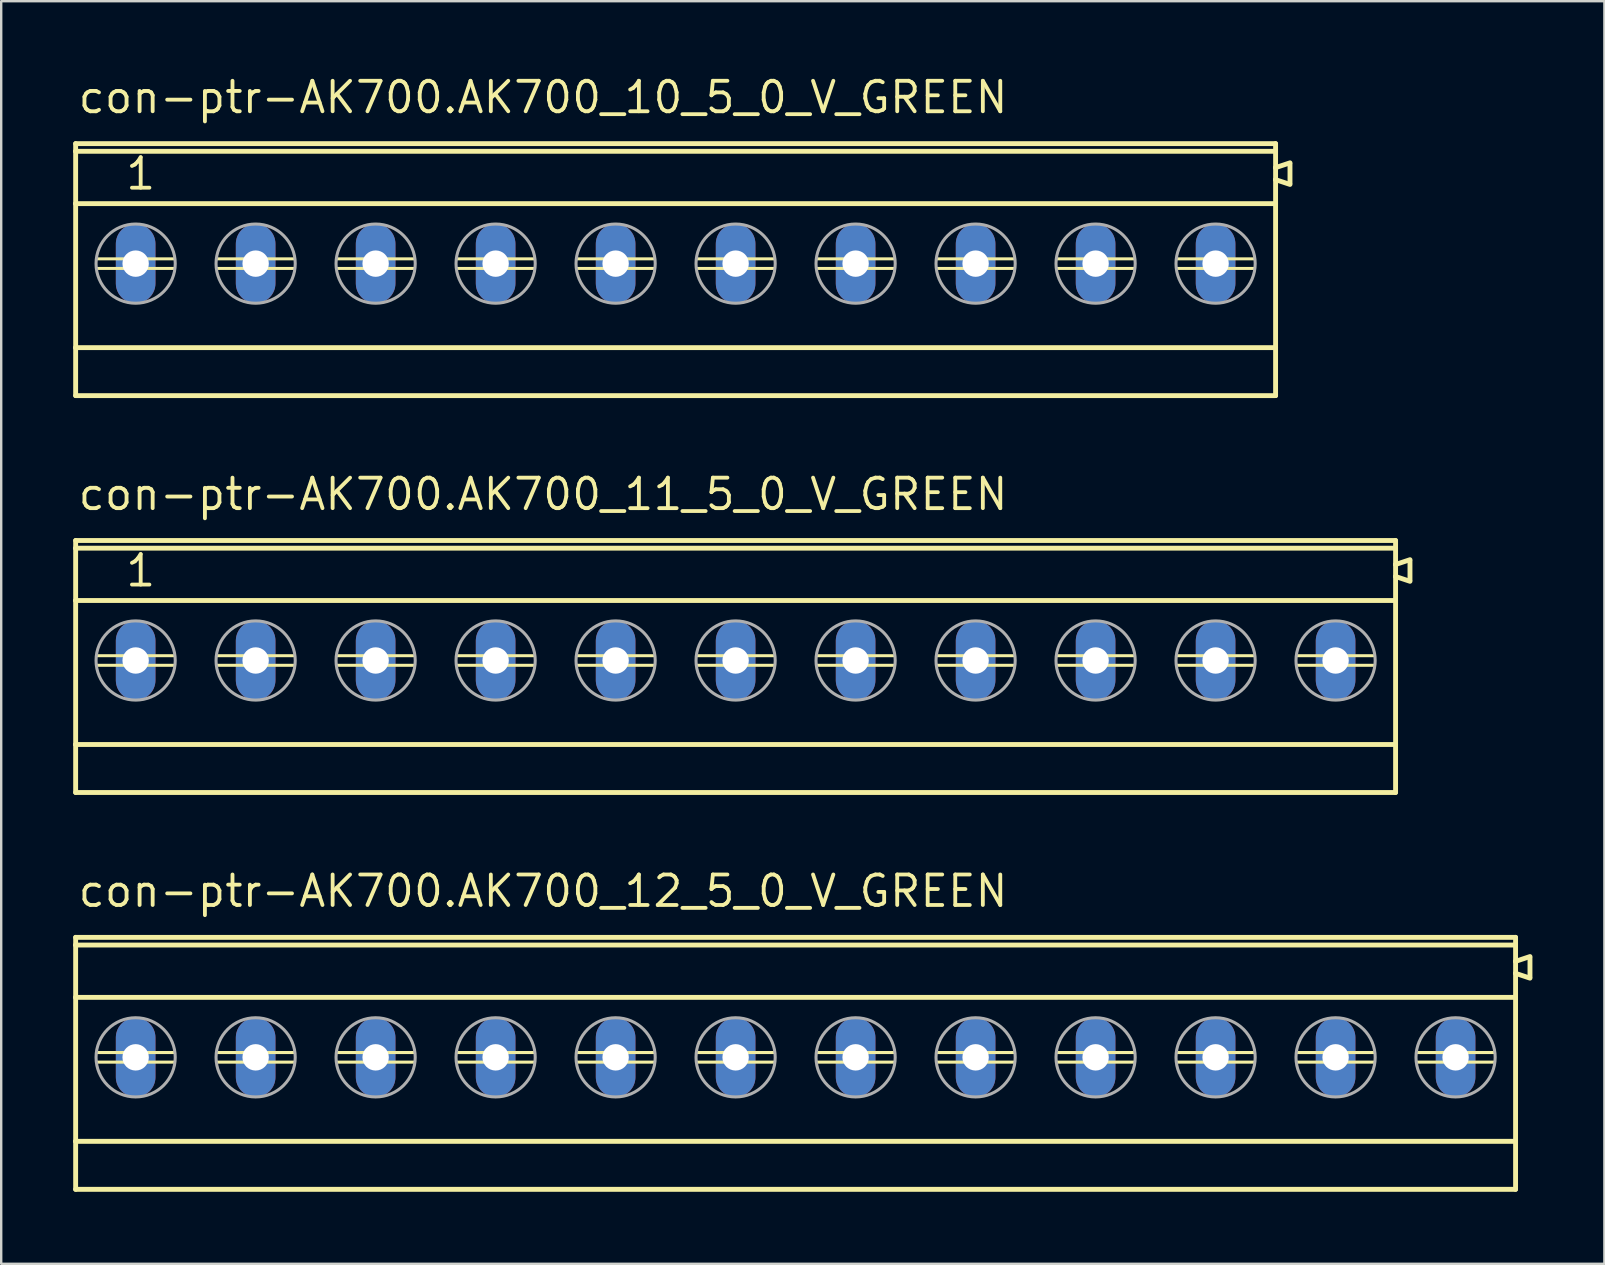
<source format=kicad_pcb>
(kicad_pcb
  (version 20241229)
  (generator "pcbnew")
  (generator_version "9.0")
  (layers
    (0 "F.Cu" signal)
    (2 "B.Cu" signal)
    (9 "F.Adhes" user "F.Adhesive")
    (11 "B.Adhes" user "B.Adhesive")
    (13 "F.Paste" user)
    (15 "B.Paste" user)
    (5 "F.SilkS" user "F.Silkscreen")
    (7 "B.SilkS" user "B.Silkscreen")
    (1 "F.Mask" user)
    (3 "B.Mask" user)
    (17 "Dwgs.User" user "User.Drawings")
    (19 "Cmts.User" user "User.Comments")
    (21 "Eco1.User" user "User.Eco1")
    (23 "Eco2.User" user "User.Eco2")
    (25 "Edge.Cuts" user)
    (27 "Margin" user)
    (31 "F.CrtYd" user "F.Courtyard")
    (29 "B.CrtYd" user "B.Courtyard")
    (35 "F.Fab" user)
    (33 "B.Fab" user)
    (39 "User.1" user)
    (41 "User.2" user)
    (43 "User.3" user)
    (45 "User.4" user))
  (footprint "con-ptr-AK700.AK700_12_5_0_V_GREEN"
    (layer "F.Cu")
    (at 30.102 41.008)
    (property "Reference" "con-ptr-AK700.AK700_12_5_0_V_GREEN" (at -29.98 -6.185 0) (layer "F.SilkS") (effects (font (size 1.27 1.27) (thickness 0.16)) (justify left bottom)))
    (attr through_hole)
    (fp_line (start -30 -5) (end -30 -4.68) (stroke (width 0.203) (type default)) (layer "F.SilkS"))
    (fp_line (start -30 -4.68) (end -30 -2.5) (stroke (width 0.203) (type default)) (layer "F.SilkS"))
    (fp_line (start -30 -2.5) (end -30 3.5) (stroke (width 0.203) (type default)) (layer "F.SilkS"))
    (fp_line (start -30 3.5) (end -30 5.5) (stroke (width 0.203) (type default)) (layer "F.SilkS"))
    (fp_line (start -30 5.5) (end 30 5.5) (stroke (width 0.203) (type default)) (layer "F.SilkS"))
    (fp_line (start -29.1 -0.2) (end -25.9 -0.2) (stroke (width 0.127) (type default)) (layer "F.SilkS"))
    (fp_line (start -29.1 0.2) (end -25.9 0.2) (stroke (width 0.127) (type default)) (layer "F.SilkS"))
    (fp_line (start -24.1 -0.2) (end -20.9 -0.2) (stroke (width 0.127) (type default)) (layer "F.SilkS"))
    (fp_line (start -24.1 0.2) (end -20.9 0.2) (stroke (width 0.127) (type default)) (layer "F.SilkS"))
    (fp_line (start -19.1 -0.2) (end -15.9 -0.2) (stroke (width 0.127) (type default)) (layer "F.SilkS"))
    (fp_line (start -19.1 0.2) (end -15.9 0.2) (stroke (width 0.127) (type default)) (layer "F.SilkS"))
    (fp_line (start -14.1 -0.2) (end -10.9 -0.2) (stroke (width 0.127) (type default)) (layer "F.SilkS"))
    (fp_line (start -14.1 0.2) (end -10.9 0.2) (stroke (width 0.127) (type default)) (layer "F.SilkS"))
    (fp_line (start -9.1 -0.2) (end -5.9 -0.2) (stroke (width 0.127) (type default)) (layer "F.SilkS"))
    (fp_line (start -9.1 0.2) (end -5.9 0.2) (stroke (width 0.127) (type default)) (layer "F.SilkS"))
    (fp_line (start -4.1 -0.2) (end -0.9 -0.2) (stroke (width 0.127) (type default)) (layer "F.SilkS"))
    (fp_line (start -4.1 0.2) (end -0.9 0.2) (stroke (width 0.127) (type default)) (layer "F.SilkS"))
    (fp_line (start 0.9 -0.2) (end 4.1 -0.2) (stroke (width 0.127) (type default)) (layer "F.SilkS"))
    (fp_line (start 0.9 0.2) (end 4.1 0.2) (stroke (width 0.127) (type default)) (layer "F.SilkS"))
    (fp_line (start 5.9 -0.2) (end 9.1 -0.2) (stroke (width 0.127) (type default)) (layer "F.SilkS"))
    (fp_line (start 5.9 0.2) (end 9.1 0.2) (stroke (width 0.127) (type default)) (layer "F.SilkS"))
    (fp_line (start 10.9 -0.2) (end 14.1 -0.2) (stroke (width 0.127) (type default)) (layer "F.SilkS"))
    (fp_line (start 10.9 0.2) (end 14.1 0.2) (stroke (width 0.127) (type default)) (layer "F.SilkS"))
    (fp_line (start 15.9 -0.2) (end 19.1 -0.2) (stroke (width 0.127) (type default)) (layer "F.SilkS"))
    (fp_line (start 15.9 0.2) (end 19.1 0.2) (stroke (width 0.127) (type default)) (layer "F.SilkS"))
    (fp_line (start 20.9 -0.2) (end 24.1 -0.2) (stroke (width 0.127) (type default)) (layer "F.SilkS"))
    (fp_line (start 20.9 0.2) (end 24.1 0.2) (stroke (width 0.127) (type default)) (layer "F.SilkS"))
    (fp_line (start 25.9 -0.2) (end 29.1 -0.2) (stroke (width 0.127) (type default)) (layer "F.SilkS"))
    (fp_line (start 25.9 0.2) (end 29.1 0.2) (stroke (width 0.127) (type default)) (layer "F.SilkS"))
    (fp_line (start 30 -5) (end -30 -5) (stroke (width 0.203) (type default)) (layer "F.SilkS"))
    (fp_line (start 30 -4.68) (end -30 -4.68) (stroke (width 0.203) (type default)) (layer "F.SilkS"))
    (fp_line (start 30 -4.68) (end 30 -5) (stroke (width 0.203) (type default)) (layer "F.SilkS"))
    (fp_line (start 30 -4) (end 30 -4.68) (stroke (width 0.203) (type default)) (layer "F.SilkS"))
    (fp_line (start 30 -3.5) (end 30 -4) (stroke (width 0.203) (type default)) (layer "F.SilkS"))
    (fp_line (start 30 -2.5) (end -30 -2.5) (stroke (width 0.203) (type default)) (layer "F.SilkS"))
    (fp_line (start 30 -2.5) (end 30 -3.5) (stroke (width 0.203) (type default)) (layer "F.SilkS"))
    (fp_line (start 30 3.5) (end -30 3.5) (stroke (width 0.203) (type default)) (layer "F.SilkS"))
    (fp_line (start 30 3.5) (end 30 -2.5) (stroke (width 0.203) (type default)) (layer "F.SilkS"))
    (fp_line (start 30 5.5) (end 30 3.5) (stroke (width 0.203) (type default)) (layer "F.SilkS"))
    (fp_line (start 30.6 -4.2) (end 30 -4) (stroke (width 0.203) (type default)) (layer "F.SilkS"))
    (fp_line (start 30.6 -3.35) (end 30.6 -4.15) (stroke (width 0.203) (type default)) (layer "F.SilkS"))
    (fp_line (start 30.6 -3.3) (end 30 -3.5) (stroke (width 0.203) (type default)) (layer "F.SilkS"))
    (fp_circle (center -27.5 0) (end -25.85 0) (stroke (width 0.127) (type default)) (fill no) (layer "F.Fab"))
    (fp_circle (center -22.5 0) (end -20.85 0) (stroke (width 0.127) (type default)) (fill no) (layer "F.Fab"))
    (fp_circle (center -17.5 0) (end -15.85 0) (stroke (width 0.127) (type default)) (fill no) (layer "F.Fab"))
    (fp_circle (center -12.5 0) (end -10.85 0) (stroke (width 0.127) (type default)) (fill no) (layer "F.Fab"))
    (fp_circle (center -7.5 0) (end -5.85 0) (stroke (width 0.127) (type default)) (fill no) (layer "F.Fab"))
    (fp_circle (center -2.5 0) (end -0.85 0) (stroke (width 0.127) (type default)) (fill no) (layer "F.Fab"))
    (fp_circle (center 2.5 0) (end 4.15 0) (stroke (width 0.127) (type default)) (fill no) (layer "F.Fab"))
    (fp_circle (center 7.5 0) (end 9.15 0) (stroke (width 0.127) (type default)) (fill no) (layer "F.Fab"))
    (fp_circle (center 12.5 0) (end 14.15 0) (stroke (width 0.127) (type default)) (fill no) (layer "F.Fab"))
    (fp_circle (center 17.5 0) (end 19.15 0) (stroke (width 0.127) (type default)) (fill no) (layer "F.Fab"))
    (fp_circle (center 22.5 0) (end 24.15 0) (stroke (width 0.127) (type default)) (fill no) (layer "F.Fab"))
    (fp_circle (center 27.5 0) (end 29.15 0) (stroke (width 0.127) (type default)) (fill no) (layer "F.Fab"))
    (pad "1" thru_hole oval (at -27.5 0 90) (size 3.3 1.65) (drill 1.1) (layers "*.Cu" "*.Mask"))
    (pad "2" thru_hole oval (at -22.5 0 90) (size 3.3 1.65) (drill 1.1) (layers "*.Cu" "*.Mask"))
    (pad "3" thru_hole oval (at -17.5 0 90) (size 3.3 1.65) (drill 1.1) (layers "*.Cu" "*.Mask"))
    (pad "4" thru_hole oval (at -12.5 0 90) (size 3.3 1.65) (drill 1.1) (layers "*.Cu" "*.Mask"))
    (pad "5" thru_hole oval (at -7.5 0 90) (size 3.3 1.65) (drill 1.1) (layers "*.Cu" "*.Mask"))
    (pad "6" thru_hole oval (at -2.5 0 90) (size 3.3 1.65) (drill 1.1) (layers "*.Cu" "*.Mask"))
    (pad "7" thru_hole oval (at 2.5 0 90) (size 3.3 1.65) (drill 1.1) (layers "*.Cu" "*.Mask"))
    (pad "8" thru_hole oval (at 7.5 0 90) (size 3.3 1.65) (drill 1.1) (layers "*.Cu" "*.Mask"))
    (pad "9" thru_hole oval (at 12.5 0 90) (size 3.3 1.65) (drill 1.1) (layers "*.Cu" "*.Mask"))
    (pad "10" thru_hole oval (at 17.5 0 90) (size 3.3 1.65) (drill 1.1) (layers "*.Cu" "*.Mask"))
    (pad "11" thru_hole oval (at 22.5 0 90) (size 3.3 1.65) (drill 1.1) (layers "*.Cu" "*.Mask"))
    (pad "12" thru_hole oval (at 27.5 0 90) (size 3.3 1.65) (drill 1.1) (layers "*.Cu" "*.Mask")))
  (footprint "con-ptr-AK700.AK700_11_5_0_V_GREEN"
    (layer "F.Cu")
    (at 27.602 24.472)
    (property "Reference" "con-ptr-AK700.AK700_11_5_0_V_GREEN" (at -27.48 -6.185 0) (layer "F.SilkS") (effects (font (size 1.27 1.27) (thickness 0.16)) (justify left bottom)))
    (attr through_hole)
    (fp_line (start -27.5 -5) (end -27.5 -4.68) (stroke (width 0.203) (type default)) (layer "F.SilkS"))
    (fp_line (start -27.5 -4.68) (end -27.5 -2.5) (stroke (width 0.203) (type default)) (layer "F.SilkS"))
    (fp_line (start -27.5 -2.5) (end -27.5 3.5) (stroke (width 0.203) (type default)) (layer "F.SilkS"))
    (fp_line (start -27.5 3.5) (end -27.5 5.5) (stroke (width 0.203) (type default)) (layer "F.SilkS"))
    (fp_line (start -27.5 5.5) (end 27.5 5.5) (stroke (width 0.203) (type default)) (layer "F.SilkS"))
    (fp_line (start -26.6 -0.2) (end -23.4 -0.2) (stroke (width 0.127) (type default)) (layer "F.SilkS"))
    (fp_line (start -26.6 0.2) (end -23.4 0.2) (stroke (width 0.127) (type default)) (layer "F.SilkS"))
    (fp_line (start -21.6 -0.2) (end -18.4 -0.2) (stroke (width 0.127) (type default)) (layer "F.SilkS"))
    (fp_line (start -21.6 0.2) (end -18.4 0.2) (stroke (width 0.127) (type default)) (layer "F.SilkS"))
    (fp_line (start -16.6 -0.2) (end -13.4 -0.2) (stroke (width 0.127) (type default)) (layer "F.SilkS"))
    (fp_line (start -16.6 0.2) (end -13.4 0.2) (stroke (width 0.127) (type default)) (layer "F.SilkS"))
    (fp_line (start -11.6 -0.2) (end -8.4 -0.2) (stroke (width 0.127) (type default)) (layer "F.SilkS"))
    (fp_line (start -11.6 0.2) (end -8.4 0.2) (stroke (width 0.127) (type default)) (layer "F.SilkS"))
    (fp_line (start -6.6 -0.2) (end -3.4 -0.2) (stroke (width 0.127) (type default)) (layer "F.SilkS"))
    (fp_line (start -6.6 0.2) (end -3.4 0.2) (stroke (width 0.127) (type default)) (layer "F.SilkS"))
    (fp_line (start -1.6 -0.2) (end 1.6 -0.2) (stroke (width 0.127) (type default)) (layer "F.SilkS"))
    (fp_line (start -1.6 0.2) (end 1.6 0.2) (stroke (width 0.127) (type default)) (layer "F.SilkS"))
    (fp_line (start 3.4 -0.2) (end 6.6 -0.2) (stroke (width 0.127) (type default)) (layer "F.SilkS"))
    (fp_line (start 3.4 0.2) (end 6.6 0.2) (stroke (width 0.127) (type default)) (layer "F.SilkS"))
    (fp_line (start 8.4 -0.2) (end 11.6 -0.2) (stroke (width 0.127) (type default)) (layer "F.SilkS"))
    (fp_line (start 8.4 0.2) (end 11.6 0.2) (stroke (width 0.127) (type default)) (layer "F.SilkS"))
    (fp_line (start 13.4 -0.2) (end 16.6 -0.2) (stroke (width 0.127) (type default)) (layer "F.SilkS"))
    (fp_line (start 13.4 0.2) (end 16.6 0.2) (stroke (width 0.127) (type default)) (layer "F.SilkS"))
    (fp_line (start 18.4 -0.2) (end 21.6 -0.2) (stroke (width 0.127) (type default)) (layer "F.SilkS"))
    (fp_line (start 18.4 0.2) (end 21.6 0.2) (stroke (width 0.127) (type default)) (layer "F.SilkS"))
    (fp_line (start 23.4 -0.2) (end 26.6 -0.2) (stroke (width 0.127) (type default)) (layer "F.SilkS"))
    (fp_line (start 23.4 0.2) (end 26.6 0.2) (stroke (width 0.127) (type default)) (layer "F.SilkS"))
    (fp_line (start 27.5 -5) (end -27.5 -5) (stroke (width 0.203) (type default)) (layer "F.SilkS"))
    (fp_line (start 27.5 -4.68) (end -27.5 -4.68) (stroke (width 0.203) (type default)) (layer "F.SilkS"))
    (fp_line (start 27.5 -4.68) (end 27.5 -5) (stroke (width 0.203) (type default)) (layer "F.SilkS"))
    (fp_line (start 27.5 -4) (end 27.5 -4.68) (stroke (width 0.203) (type default)) (layer "F.SilkS"))
    (fp_line (start 27.5 -3.5) (end 27.5 -4) (stroke (width 0.203) (type default)) (layer "F.SilkS"))
    (fp_line (start 27.5 -2.5) (end -27.5 -2.5) (stroke (width 0.203) (type default)) (layer "F.SilkS"))
    (fp_line (start 27.5 -2.5) (end 27.5 -3.5) (stroke (width 0.203) (type default)) (layer "F.SilkS"))
    (fp_line (start 27.5 3.5) (end -27.5 3.5) (stroke (width 0.203) (type default)) (layer "F.SilkS"))
    (fp_line (start 27.5 3.5) (end 27.5 -2.5) (stroke (width 0.203) (type default)) (layer "F.SilkS"))
    (fp_line (start 27.5 5.5) (end 27.5 3.5) (stroke (width 0.203) (type default)) (layer "F.SilkS"))
    (fp_line (start 28.1 -4.2) (end 27.5 -4) (stroke (width 0.203) (type default)) (layer "F.SilkS"))
    (fp_line (start 28.1 -3.35) (end 28.1 -4.15) (stroke (width 0.203) (type default)) (layer "F.SilkS"))
    (fp_line (start 28.1 -3.3) (end 27.5 -3.5) (stroke (width 0.203) (type default)) (layer "F.SilkS"))
    (fp_circle (center -25 0) (end -23.35 0) (stroke (width 0.127) (type default)) (fill no) (layer "F.Fab"))
    (fp_circle (center -20 0) (end -18.35 0) (stroke (width 0.127) (type default)) (fill no) (layer "F.Fab"))
    (fp_circle (center -15 0) (end -13.35 0) (stroke (width 0.127) (type default)) (fill no) (layer "F.Fab"))
    (fp_circle (center -10 0) (end -8.35 0) (stroke (width 0.127) (type default)) (fill no) (layer "F.Fab"))
    (fp_circle (center -5 0) (end -3.35 0) (stroke (width 0.127) (type default)) (fill no) (layer "F.Fab"))
    (fp_circle (center 0 0) (end 1.65 0) (stroke (width 0.127) (type default)) (fill no) (layer "F.Fab"))
    (fp_circle (center 5 0) (end 6.65 0) (stroke (width 0.127) (type default)) (fill no) (layer "F.Fab"))
    (fp_circle (center 10 0) (end 11.65 0) (stroke (width 0.127) (type default)) (fill no) (layer "F.Fab"))
    (fp_circle (center 15 0) (end 16.65 0) (stroke (width 0.127) (type default)) (fill no) (layer "F.Fab"))
    (fp_circle (center 20 0) (end 21.65 0) (stroke (width 0.127) (type default)) (fill no) (layer "F.Fab"))
    (fp_circle (center 25 0) (end 26.65 0) (stroke (width 0.127) (type default)) (fill no) (layer "F.Fab"))
    (fp_text user "1" (at -25.5 -3 0) (layer "F.SilkS") (effects (font (size 1.27 1.27) (thickness 0.16)) (justify left bottom)))
    (pad "1" thru_hole oval (at -25 0 90) (size 3.3 1.65) (drill 1.1) (layers "*.Cu" "*.Mask"))
    (pad "2" thru_hole oval (at -20 0 90) (size 3.3 1.65) (drill 1.1) (layers "*.Cu" "*.Mask"))
    (pad "3" thru_hole oval (at -15 0 90) (size 3.3 1.65) (drill 1.1) (layers "*.Cu" "*.Mask"))
    (pad "4" thru_hole oval (at -10 0 90) (size 3.3 1.65) (drill 1.1) (layers "*.Cu" "*.Mask"))
    (pad "5" thru_hole oval (at -5 0 90) (size 3.3 1.65) (drill 1.1) (layers "*.Cu" "*.Mask"))
    (pad "6" thru_hole oval (at 0 0 90) (size 3.3 1.65) (drill 1.1) (layers "*.Cu" "*.Mask"))
    (pad "7" thru_hole oval (at 5 0 90) (size 3.3 1.65) (drill 1.1) (layers "*.Cu" "*.Mask"))
    (pad "8" thru_hole oval (at 10 0 90) (size 3.3 1.65) (drill 1.1) (layers "*.Cu" "*.Mask"))
    (pad "9" thru_hole oval (at 15 0 90) (size 3.3 1.65) (drill 1.1) (layers "*.Cu" "*.Mask"))
    (pad "10" thru_hole oval (at 20 0 90) (size 3.3 1.65) (drill 1.1) (layers "*.Cu" "*.Mask"))
    (pad "11" thru_hole oval (at 25 0 90) (size 3.3 1.65) (drill 1.1) (layers "*.Cu" "*.Mask")))
  (footprint "con-ptr-AK700.AK700_10_5_0_V_GREEN"
    (layer "F.Cu")
    (at 25.102 7.935)
    (property "Reference" "con-ptr-AK700.AK700_10_5_0_V_GREEN" (at -24.98 -6.185 0) (layer "F.SilkS") (effects (font (size 1.27 1.27) (thickness 0.16)) (justify left bottom)))
    (attr through_hole)
    (fp_line (start -25 -5) (end -25 -4.68) (stroke (width 0.203) (type default)) (layer "F.SilkS"))
    (fp_line (start -25 -4.68) (end -25 -2.5) (stroke (width 0.203) (type default)) (layer "F.SilkS"))
    (fp_line (start -25 -2.5) (end -25 3.5) (stroke (width 0.203) (type default)) (layer "F.SilkS"))
    (fp_line (start -25 3.5) (end -25 5.5) (stroke (width 0.203) (type default)) (layer "F.SilkS"))
    (fp_line (start -25 5.5) (end 25 5.5) (stroke (width 0.203) (type default)) (layer "F.SilkS"))
    (fp_line (start -24.1 -0.2) (end -20.9 -0.2) (stroke (width 0.127) (type default)) (layer "F.SilkS"))
    (fp_line (start -24.1 0.2) (end -20.9 0.2) (stroke (width 0.127) (type default)) (layer "F.SilkS"))
    (fp_line (start -19.1 -0.2) (end -15.9 -0.2) (stroke (width 0.127) (type default)) (layer "F.SilkS"))
    (fp_line (start -19.1 0.2) (end -15.9 0.2) (stroke (width 0.127) (type default)) (layer "F.SilkS"))
    (fp_line (start -14.1 -0.2) (end -10.9 -0.2) (stroke (width 0.127) (type default)) (layer "F.SilkS"))
    (fp_line (start -14.1 0.2) (end -10.9 0.2) (stroke (width 0.127) (type default)) (layer "F.SilkS"))
    (fp_line (start -9.1 -0.2) (end -5.9 -0.2) (stroke (width 0.127) (type default)) (layer "F.SilkS"))
    (fp_line (start -9.1 0.2) (end -5.9 0.2) (stroke (width 0.127) (type default)) (layer "F.SilkS"))
    (fp_line (start -4.1 -0.2) (end -0.9 -0.2) (stroke (width 0.127) (type default)) (layer "F.SilkS"))
    (fp_line (start -4.1 0.2) (end -0.9 0.2) (stroke (width 0.127) (type default)) (layer "F.SilkS"))
    (fp_line (start 0.9 -0.2) (end 4.1 -0.2) (stroke (width 0.127) (type default)) (layer "F.SilkS"))
    (fp_line (start 0.9 0.2) (end 4.1 0.2) (stroke (width 0.127) (type default)) (layer "F.SilkS"))
    (fp_line (start 5.9 -0.2) (end 9.1 -0.2) (stroke (width 0.127) (type default)) (layer "F.SilkS"))
    (fp_line (start 5.9 0.2) (end 9.1 0.2) (stroke (width 0.127) (type default)) (layer "F.SilkS"))
    (fp_line (start 10.9 -0.2) (end 14.1 -0.2) (stroke (width 0.127) (type default)) (layer "F.SilkS"))
    (fp_line (start 10.9 0.2) (end 14.1 0.2) (stroke (width 0.127) (type default)) (layer "F.SilkS"))
    (fp_line (start 15.9 -0.2) (end 19.1 -0.2) (stroke (width 0.127) (type default)) (layer "F.SilkS"))
    (fp_line (start 15.9 0.2) (end 19.1 0.2) (stroke (width 0.127) (type default)) (layer "F.SilkS"))
    (fp_line (start 20.9 -0.2) (end 24.1 -0.2) (stroke (width 0.127) (type default)) (layer "F.SilkS"))
    (fp_line (start 20.9 0.2) (end 24.1 0.2) (stroke (width 0.127) (type default)) (layer "F.SilkS"))
    (fp_line (start 25 -5) (end -25 -5) (stroke (width 0.203) (type default)) (layer "F.SilkS"))
    (fp_line (start 25 -4.68) (end -25 -4.68) (stroke (width 0.203) (type default)) (layer "F.SilkS"))
    (fp_line (start 25 -4.68) (end 25 -5) (stroke (width 0.203) (type default)) (layer "F.SilkS"))
    (fp_line (start 25 -4) (end 25 -4.68) (stroke (width 0.203) (type default)) (layer "F.SilkS"))
    (fp_line (start 25 -3.5) (end 25 -4) (stroke (width 0.203) (type default)) (layer "F.SilkS"))
    (fp_line (start 25 -2.5) (end -25 -2.5) (stroke (width 0.203) (type default)) (layer "F.SilkS"))
    (fp_line (start 25 -2.5) (end 25 -3.5) (stroke (width 0.203) (type default)) (layer "F.SilkS"))
    (fp_line (start 25 3.5) (end -25 3.5) (stroke (width 0.203) (type default)) (layer "F.SilkS"))
    (fp_line (start 25 3.5) (end 25 -2.5) (stroke (width 0.203) (type default)) (layer "F.SilkS"))
    (fp_line (start 25 5.5) (end 25 3.5) (stroke (width 0.203) (type default)) (layer "F.SilkS"))
    (fp_line (start 25.6 -4.2) (end 25 -4) (stroke (width 0.203) (type default)) (layer "F.SilkS"))
    (fp_line (start 25.6 -3.35) (end 25.6 -4.15) (stroke (width 0.203) (type default)) (layer "F.SilkS"))
    (fp_line (start 25.6 -3.3) (end 25 -3.5) (stroke (width 0.203) (type default)) (layer "F.SilkS"))
    (fp_circle (center -22.5 0) (end -20.85 0) (stroke (width 0.127) (type default)) (fill no) (layer "F.Fab"))
    (fp_circle (center -17.5 0) (end -15.85 0) (stroke (width 0.127) (type default)) (fill no) (layer "F.Fab"))
    (fp_circle (center -12.5 0) (end -10.85 0) (stroke (width 0.127) (type default)) (fill no) (layer "F.Fab"))
    (fp_circle (center -7.5 0) (end -5.85 0) (stroke (width 0.127) (type default)) (fill no) (layer "F.Fab"))
    (fp_circle (center -2.5 0) (end -0.85 0) (stroke (width 0.127) (type default)) (fill no) (layer "F.Fab"))
    (fp_circle (center 2.5 0) (end 4.15 0) (stroke (width 0.127) (type default)) (fill no) (layer "F.Fab"))
    (fp_circle (center 7.5 0) (end 9.15 0) (stroke (width 0.127) (type default)) (fill no) (layer "F.Fab"))
    (fp_circle (center 12.5 0) (end 14.15 0) (stroke (width 0.127) (type default)) (fill no) (layer "F.Fab"))
    (fp_circle (center 17.5 0) (end 19.15 0) (stroke (width 0.127) (type default)) (fill no) (layer "F.Fab"))
    (fp_circle (center 22.5 0) (end 24.15 0) (stroke (width 0.127) (type default)) (fill no) (layer "F.Fab"))
    (fp_text user "1" (at -23 -3 0) (layer "F.SilkS") (effects (font (size 1.27 1.27) (thickness 0.16)) (justify left bottom)))
    (pad "1" thru_hole oval (at -22.5 0 90) (size 3.3 1.65) (drill 1.1) (layers "*.Cu" "*.Mask"))
    (pad "2" thru_hole oval (at -17.5 0 90) (size 3.3 1.65) (drill 1.1) (layers "*.Cu" "*.Mask"))
    (pad "3" thru_hole oval (at -12.5 0 90) (size 3.3 1.65) (drill 1.1) (layers "*.Cu" "*.Mask"))
    (pad "4" thru_hole oval (at -7.5 0 90) (size 3.3 1.65) (drill 1.1) (layers "*.Cu" "*.Mask"))
    (pad "5" thru_hole oval (at -2.5 0 90) (size 3.3 1.65) (drill 1.1) (layers "*.Cu" "*.Mask"))
    (pad "6" thru_hole oval (at 2.5 0 90) (size 3.3 1.65) (drill 1.1) (layers "*.Cu" "*.Mask"))
    (pad "7" thru_hole oval (at 7.5 0 90) (size 3.3 1.65) (drill 1.1) (layers "*.Cu" "*.Mask"))
    (pad "8" thru_hole oval (at 12.5 0 90) (size 3.3 1.65) (drill 1.1) (layers "*.Cu" "*.Mask"))
    (pad "9" thru_hole oval (at 17.5 0 90) (size 3.3 1.65) (drill 1.1) (layers "*.Cu" "*.Mask"))
    (pad "10" thru_hole oval (at 22.5 0 90) (size 3.3 1.65) (drill 1.1) (layers "*.Cu" "*.Mask")))
  (gr_rect
    (start -3 -3)
    (end 63.803 49.61)
    (stroke (width 0.1) (type default))
    (fill no)
    (layer "Edge.Cuts")))
</source>
